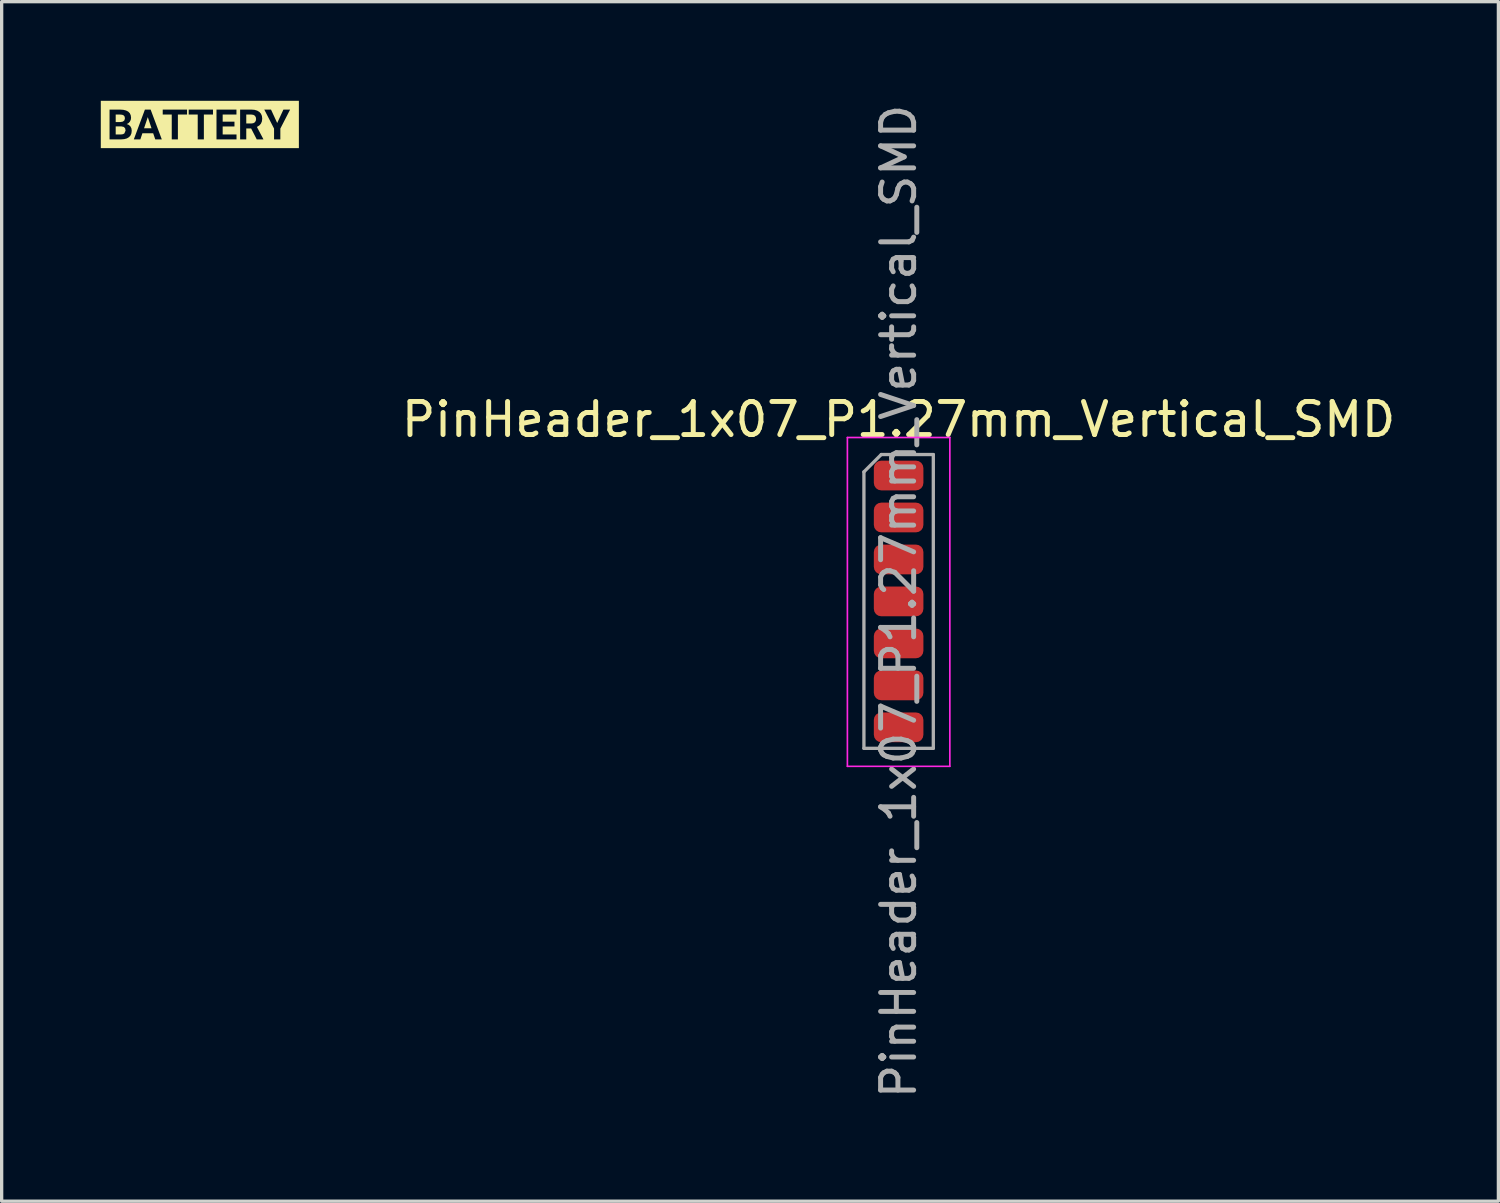
<source format=kicad_pcb>
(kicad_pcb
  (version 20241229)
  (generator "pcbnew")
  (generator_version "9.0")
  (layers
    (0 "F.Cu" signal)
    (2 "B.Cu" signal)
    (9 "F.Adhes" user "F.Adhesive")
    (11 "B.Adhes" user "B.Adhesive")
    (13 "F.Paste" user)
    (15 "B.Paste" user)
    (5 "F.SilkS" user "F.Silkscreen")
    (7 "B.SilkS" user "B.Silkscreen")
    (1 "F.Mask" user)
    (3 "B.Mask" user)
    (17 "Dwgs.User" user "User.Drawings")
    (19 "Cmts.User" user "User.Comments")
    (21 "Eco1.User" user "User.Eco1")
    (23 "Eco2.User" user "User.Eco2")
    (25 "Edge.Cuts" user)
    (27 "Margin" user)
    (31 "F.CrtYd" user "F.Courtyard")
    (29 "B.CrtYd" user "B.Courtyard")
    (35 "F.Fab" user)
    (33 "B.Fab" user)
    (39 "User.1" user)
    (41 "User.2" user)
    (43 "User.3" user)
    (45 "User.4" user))
  (footprint "PinHeader_1x07_P1.27mm_Vertical_SMD"
    (layer "F.Cu")
    (at 24.142 11.339)
    (property "Reference" "PinHeader_1x07_P1.27mm_Vertical_SMD" (at 0 -1.695 0) (layer "F.SilkS") (effects (font (size 1 1) (thickness 0.15))))
    (attr through_hole)
    (fp_line (start -1.55 -1.15) (end -1.55 8.8) (stroke (width 0.05) (type solid)) (layer "F.CrtYd"))
    (fp_line (start -1.55 8.8) (end 1.55 8.8) (stroke (width 0.05) (type solid)) (layer "F.CrtYd"))
    (fp_line (start 1.55 -1.15) (end -1.55 -1.15) (stroke (width 0.05) (type solid)) (layer "F.CrtYd"))
    (fp_line (start 1.55 8.8) (end 1.55 -1.15) (stroke (width 0.05) (type solid)) (layer "F.CrtYd"))
    (fp_line (start -1.05 -0.11) (end -0.525 -0.635) (stroke (width 0.1) (type solid)) (layer "F.Fab"))
    (fp_line (start -1.05 8.255) (end -1.05 -0.11) (stroke (width 0.1) (type solid)) (layer "F.Fab"))
    (fp_line (start -0.525 -0.635) (end 1.05 -0.635) (stroke (width 0.1) (type solid)) (layer "F.Fab"))
    (fp_line (start 1.05 -0.635) (end 1.05 8.255) (stroke (width 0.1) (type solid)) (layer "F.Fab"))
    (fp_line (start 1.05 8.255) (end -1.05 8.255) (stroke (width 0.1) (type solid)) (layer "F.Fab"))
    (fp_text user "${REFERENCE}" (at 0 3.81 90) (layer "F.Fab") (effects (font (size 1 1) (thickness 0.15))))
    (pad "1" smd roundrect (at 0 0) (size 1.5 0.9) (layers "F.Cu" "F.Mask" "F.Paste") (roundrect_rratio 0.25))
    (pad "2" smd roundrect (at 0 1.27) (size 1.5 0.9) (layers "F.Cu" "F.Mask" "F.Paste") (roundrect_rratio 0.25))
    (pad "3" smd roundrect (at 0 2.54) (size 1.5 0.9) (layers "F.Cu" "F.Mask" "F.Paste") (roundrect_rratio 0.25))
    (pad "4" smd roundrect (at 0 3.81) (size 1.5 0.9) (layers "F.Cu" "F.Mask" "F.Paste") (roundrect_rratio 0.25))
    (pad "5" smd roundrect (at 0 5.08) (size 1.5 0.9) (layers "F.Cu" "F.Mask" "F.Paste") (roundrect_rratio 0.25))
    (pad "6" smd roundrect (at 0 6.35) (size 1.5 0.9) (layers "F.Cu" "F.Mask" "F.Paste") (roundrect_rratio 0.25))
    (pad "7" smd roundrect (at 0 7.62) (size 1.5 0.9) (layers "F.Cu" "F.Mask" "F.Paste") (roundrect_rratio 0.25)))
  (footprint "kibuzzard-628DFB5F"
    (layer "F.Cu")
    (at 2.997 0.717)
    (property "Reference" "kibuzzard-628DFB5F" (at 0 -0.717 0) (layer "F.SilkS") (effects (font (size 0.001 0.001) (thickness 0.000003))))
    (attr board_only exclude_from_pos_files exclude_from_bom)
    (fp_poly (pts (xy -1.688 0.115) (xy -1.462 0.115) (xy -1.575 -0.223) (xy -1.688 0.115)) (stroke (width 0) (type solid)) (fill yes) (layer "F.SilkS"))
    (fp_poly (pts (xy -2.546 0.058) (xy -2.546 0.302) (xy -2.387 0.302) (xy -2.328 0.294) (xy -2.284 0.271) (xy -2.247 0.184) (xy -2.261 0.115) (xy -2.304 0.073) (xy -2.375 0.058) (xy -2.546 0.058)) (stroke (width 0) (type solid)) (fill yes) (layer "F.SilkS"))
    (fp_poly (pts (xy -2.546 -0.073) (xy -2.408 -0.073) (xy -2.33 -0.087) (xy -2.283 -0.124) (xy -2.267 -0.185) (xy -2.276 -0.238) (xy -2.303 -0.274) (xy -2.349 -0.294) (xy -2.416 -0.301) (xy -2.546 -0.301) (xy -2.546 -0.073)) (stroke (width 0) (type solid)) (fill yes) (layer "F.SilkS"))
    (fp_poly (pts (xy 1.405 -0.03) (xy 1.555 -0.03) (xy 1.617 -0.039) (xy 1.663 -0.065) (xy 1.692 -0.108) (xy 1.702 -0.164) (xy 1.693 -0.221) (xy 1.666 -0.264) (xy 1.62 -0.292) (xy 1.554 -0.301) (xy 1.405 -0.301) (xy 1.405 -0.03)) (stroke (width 0) (type solid)) (fill yes) (layer "F.SilkS"))
    (fp_poly (pts (xy -2.732 -0.716) (xy -2.732 -0.451) (xy -2.416 -0.451) (xy -2.315 -0.444) (xy -2.232 -0.423) (xy -2.166 -0.389) (xy -2.119 -0.34) (xy -2.091 -0.279) (xy -2.081 -0.204) (xy -2.09 -0.142) (xy -2.116 -0.087) (xy -2.156 -0.043) (xy -2.21 -0.013) (xy -2.148 0.013) (xy -2.101 0.057) (xy -2.071 0.116) (xy -2.061 0.186) (xy -2.07 0.266) (xy -2.098 0.332) (xy -2.144 0.383) (xy -2.207 0.421) (xy -2.286 0.443) (xy -2.381 0.451) (xy -2.732 0.451) (xy -2.732 -0.451) (xy -2.732 -0.716) (xy -2.997 -0.716) (xy -2.997 0.716) (xy -1.998 0.451) (xy -1.662 -0.451) (xy -1.489 -0.451) (xy -1.123 -0.301) (xy -1.123 -0.451) (xy -0.387 -0.451) (xy -0.337 -0.301) (xy -0.337 -0.451) (xy 0.398 -0.451) (xy 0.398 -0.301) (xy 0.122 -0.301) (xy 0.504 0.451) (xy 0.504 -0.451) (xy 1.108 -0.451) (xy 1.108 -0.301) (xy 0.691 -0.301) (xy 0.691 -0.086) (xy 1.048 -0.086) (xy 1.048 0.06) (xy 0.691 0.06) (xy 0.691 0.302) (xy 1.11 0.302) (xy 1.11 0.451) (xy 0.504 0.451) (xy 0.122 -0.301) (xy 0.122 0.451) (xy -0.064 0.451) (xy -0.064 -0.301) (xy -0.337 -0.301) (xy -0.387 -0.451) (xy -0.387 -0.301) (xy -0.664 -0.301) (xy -0.664 0.451) (xy -0.85 0.451) (xy -0.85 -0.301) (xy -1.123 -0.301) (xy -1.489 -0.451) (xy -1.151 0.451) (xy -1.349 0.451) (xy -1.412 0.265) (xy -1.738 0.265) (xy -1.8 0.451) (xy -1.998 0.451) (xy -2.997 0.716) (xy -2.732 0.716) (xy 2.732 0.716) (xy 1.922 0.443) (xy 1.922 0.451) (xy 1.722 0.451) (xy 1.553 0.121) (xy 1.405 0.121) (xy 1.405 0.451) (xy 1.219 0.451) (xy 1.219 -0.451) (xy 1.554 -0.451) (xy 1.653 -0.444) (xy 1.735 -0.42) (xy 1.801 -0.38) (xy 1.849 -0.326) (xy 1.878 -0.259) (xy 1.888 -0.179) (xy 1.878 -0.094) (xy 1.848 -0.024) (xy 1.798 0.031) (xy 1.727 0.074) (xy 1.922 0.443) (xy 2.732 0.716) (xy 2.997 0.716) (xy 2.732 -0.451) (xy 2.436 0.124) (xy 2.436 0.451) (xy 2.246 0.451) (xy 2.246 0.124) (xy 1.95 -0.451) (xy 2.154 -0.451) (xy 2.341 -0.045) (xy 2.529 -0.451) (xy 2.732 -0.451) (xy 2.997 0.716) (xy 2.997 -0.716) (xy 2.732 -0.716) (xy -2.732 -0.716)) (stroke (width 0) (type solid)) (fill yes) (layer "F.SilkS")))
  (gr_rect
    (start -3 -3)
    (end 42.291 33.298)
    (stroke (width 0.1) (type default))
    (fill no)
    (layer "Edge.Cuts")))
</source>
